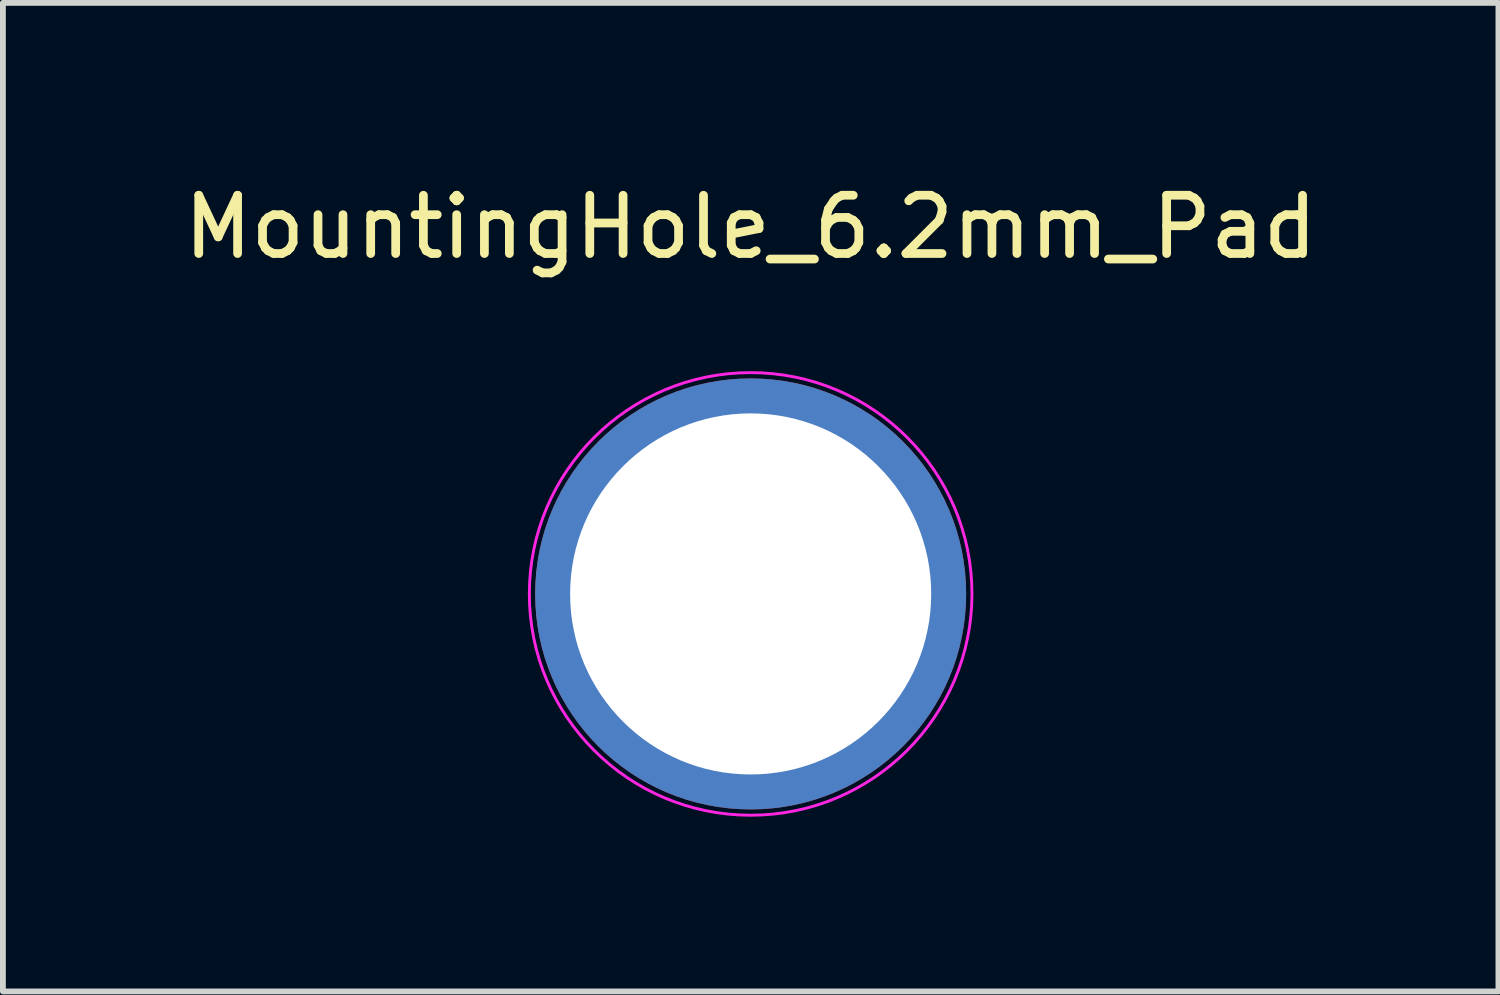
<source format=kicad_pcb>
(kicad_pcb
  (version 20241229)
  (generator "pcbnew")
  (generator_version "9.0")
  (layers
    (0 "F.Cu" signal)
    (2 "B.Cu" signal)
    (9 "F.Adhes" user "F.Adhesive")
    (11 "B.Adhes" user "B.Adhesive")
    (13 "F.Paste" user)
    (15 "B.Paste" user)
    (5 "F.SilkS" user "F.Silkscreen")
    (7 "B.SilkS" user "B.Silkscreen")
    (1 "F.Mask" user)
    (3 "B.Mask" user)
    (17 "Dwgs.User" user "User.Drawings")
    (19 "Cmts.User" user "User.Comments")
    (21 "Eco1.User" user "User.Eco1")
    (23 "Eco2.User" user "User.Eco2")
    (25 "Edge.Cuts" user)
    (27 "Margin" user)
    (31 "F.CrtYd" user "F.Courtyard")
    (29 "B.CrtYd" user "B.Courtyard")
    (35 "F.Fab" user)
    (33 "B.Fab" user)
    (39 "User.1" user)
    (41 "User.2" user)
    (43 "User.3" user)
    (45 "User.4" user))
  (footprint "MountingHole_6.2mm_Pad"
    (layer "F.Cu")
    (at 9.839 7.148)
    (property "Reference" "MountingHole_6.2mm_Pad" (at 0 -6.3 0) (layer "F.SilkS") (effects (font (size 1 1) (thickness 0.15))))
    (attr board_only exclude_from_pos_files exclude_from_bom)
    (fp_circle (center 0 0) (end 3.8 0) (stroke (width 0.05) (type solid)) (fill no) (layer "F.CrtYd"))
    (pad "H" thru_hole circle (at 0 0) (size 7.4 7.4) (drill 6.2) (layers "*.Cu" "*.Mask")))
  (gr_rect
    (start -3 -3)
    (end 22.679 13.973)
    (stroke (width 0.1) (type default))
    (fill no)
    (layer "Edge.Cuts")))
</source>
